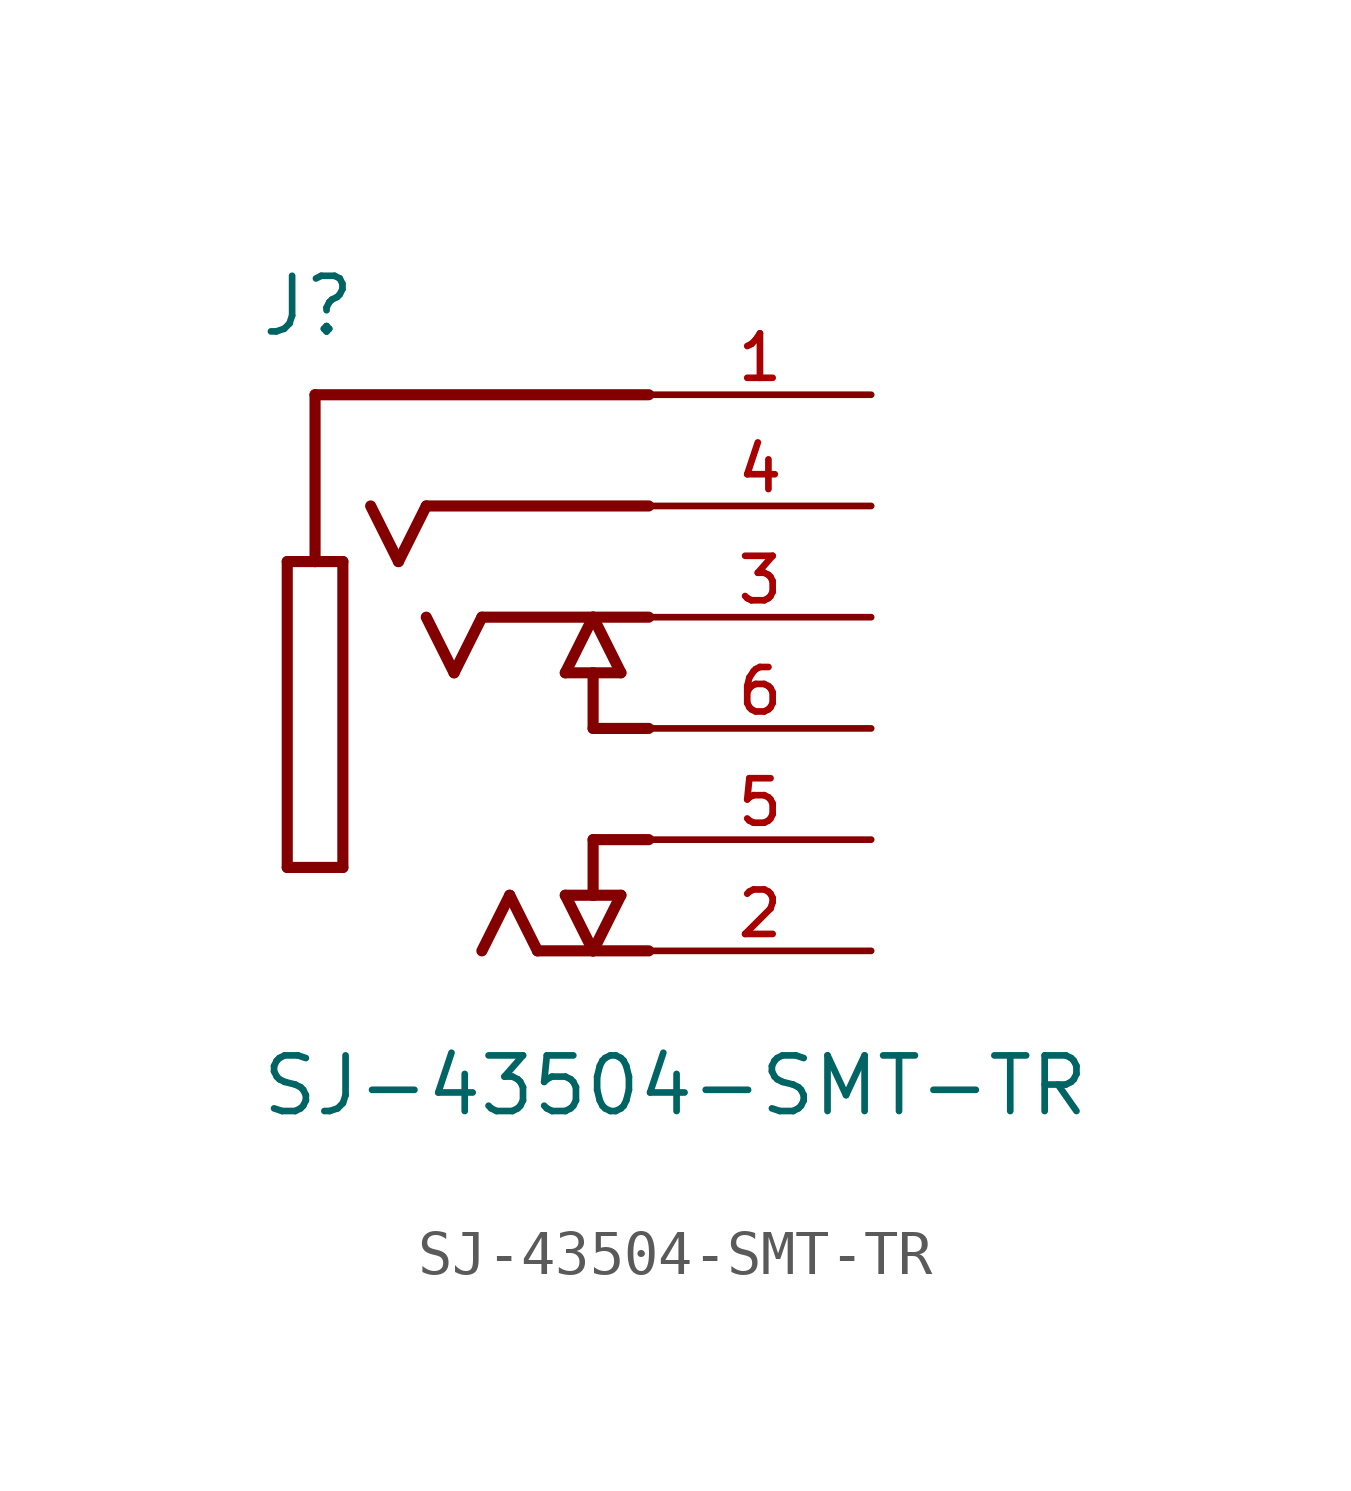
<source format=kicad_sym>
(kicad_symbol_lib
  (version 20211014)
  (generator kicad_symbol_editor)
  (symbol "SJ-43504-SMT-TR"
    (pin_names
      (offset 1.016))
    (property "Reference" "J"
      (at -8.909 6.363 0)
      (effects (font (size 1.27 1.27)) (justify bottom left)))
    (property "Value" "SJ-43504-SMT-TR"
      (at -8.898 -11.441 0)
      (effects (font (size 1.27 1.27)) (justify bottom left)))
    (symbol "SJ-43504-SMT-TR_0_0"
      (polyline (pts (xy 0.0 -7.62) (xy -1.27 -7.62)) (stroke (width 0.254)))
      (polyline (pts (xy -1.27 -7.62) (xy -2.54 -7.62)) (stroke (width 0.254)))
      (polyline (pts (xy -2.54 -7.62) (xy -3.175 -6.35)) (stroke (width 0.254)))
      (polyline (pts (xy -3.175 -6.35) (xy -3.81 -7.62)) (stroke (width 0.254)))
      (polyline (pts (xy 0.0 -5.08) (xy -1.27 -5.08)) (stroke (width 0.254)))
      (polyline (pts (xy -1.905 -6.35) (xy -1.27 -6.35)) (stroke (width 0.254)))
      (polyline (pts (xy -1.27 -6.35) (xy -0.635 -6.35)) (stroke (width 0.254)))
      (polyline (pts (xy -0.635 -6.35) (xy -1.27 -7.62)) (stroke (width 0.254)))
      (polyline (pts (xy -1.27 -7.62) (xy -1.905 -6.35)) (stroke (width 0.254)))
      (polyline (pts (xy -1.27 -5.08) (xy -1.27 -6.35)) (stroke (width 0.254)))
      (polyline (pts (xy 0.0 0.0) (xy -1.27 0.0)) (stroke (width 0.254)))
      (polyline (pts (xy -1.27 0.0) (xy -3.81 0.0)) (stroke (width 0.254)))
      (polyline (pts (xy -3.81 0.0) (xy -4.445 -1.27)) (stroke (width 0.254)))
      (polyline (pts (xy -4.445 -1.27) (xy -5.08 0.0)) (stroke (width 0.254)))
      (polyline (pts (xy 0.0 -2.54) (xy -1.27 -2.54)) (stroke (width 0.254)))
      (polyline (pts (xy -1.27 -2.54) (xy -1.27 -1.27)) (stroke (width 0.254)))
      (polyline (pts (xy -1.27 -1.27) (xy -0.635 -1.27)) (stroke (width 0.254)))
      (polyline (pts (xy -0.635 -1.27) (xy -1.27 0.0)) (stroke (width 0.254)))
      (polyline (pts (xy -1.27 0.0) (xy -1.905 -1.27)) (stroke (width 0.254)))
      (polyline (pts (xy -1.905 -1.27) (xy -1.27 -1.27)) (stroke (width 0.254)))
      (polyline (pts (xy 0.0 2.54) (xy -5.08 2.54)) (stroke (width 0.254)))
      (polyline (pts (xy -5.08 2.54) (xy -5.715 1.27)) (stroke (width 0.254)))
      (polyline (pts (xy -5.715 1.27) (xy -6.35 2.54)) (stroke (width 0.254)))
      (polyline (pts (xy 0.0 5.08) (xy -7.62 5.08)) (stroke (width 0.254)))
      (polyline (pts (xy -7.62 5.08) (xy -7.62 1.27)) (stroke (width 0.254)))
      (polyline (pts (xy -7.62 1.27) (xy -6.985 1.27)) (stroke (width 0.254)))
      (polyline (pts (xy -6.985 1.27) (xy -6.985 -5.715)) (stroke (width 0.254)))
      (polyline (pts (xy -6.985 -5.715) (xy -8.255 -5.715)) (stroke (width 0.254)))
      (polyline (pts (xy -8.255 -5.715) (xy -8.255 1.27)) (stroke (width 0.254)))
      (polyline (pts (xy -8.255 1.27) (xy -7.62 1.27)) (stroke (width 0.254)))
      (pin passive line (at 5.08 5.08 180.0) (length 5.08) (name "~" (effects (font (size 1.016 1.016)))) (number "1" (effects (font (size 1.016 1.016)))))
      (pin passive line (at 5.08 -7.62 180.0) (length 5.08) (name "~" (effects (font (size 1.016 1.016)))) (number "2" (effects (font (size 1.016 1.016)))))
      (pin passive line (at 5.08 0.0 180.0) (length 5.08) (name "~" (effects (font (size 1.016 1.016)))) (number "3" (effects (font (size 1.016 1.016)))))
      (pin passive line (at 5.08 -2.54 180.0) (length 5.08) (name "~" (effects (font (size 1.016 1.016)))) (number "6" (effects (font (size 1.016 1.016)))))
      (pin passive line (at 5.08 -5.08 180.0) (length 5.08) (name "~" (effects (font (size 1.016 1.016)))) (number "5" (effects (font (size 1.016 1.016)))))
      (pin passive line (at 5.08 2.54 180.0) (length 5.08) (name "~" (effects (font (size 1.016 1.016)))) (number "4" (effects (font (size 1.016 1.016))))))))
</source>
